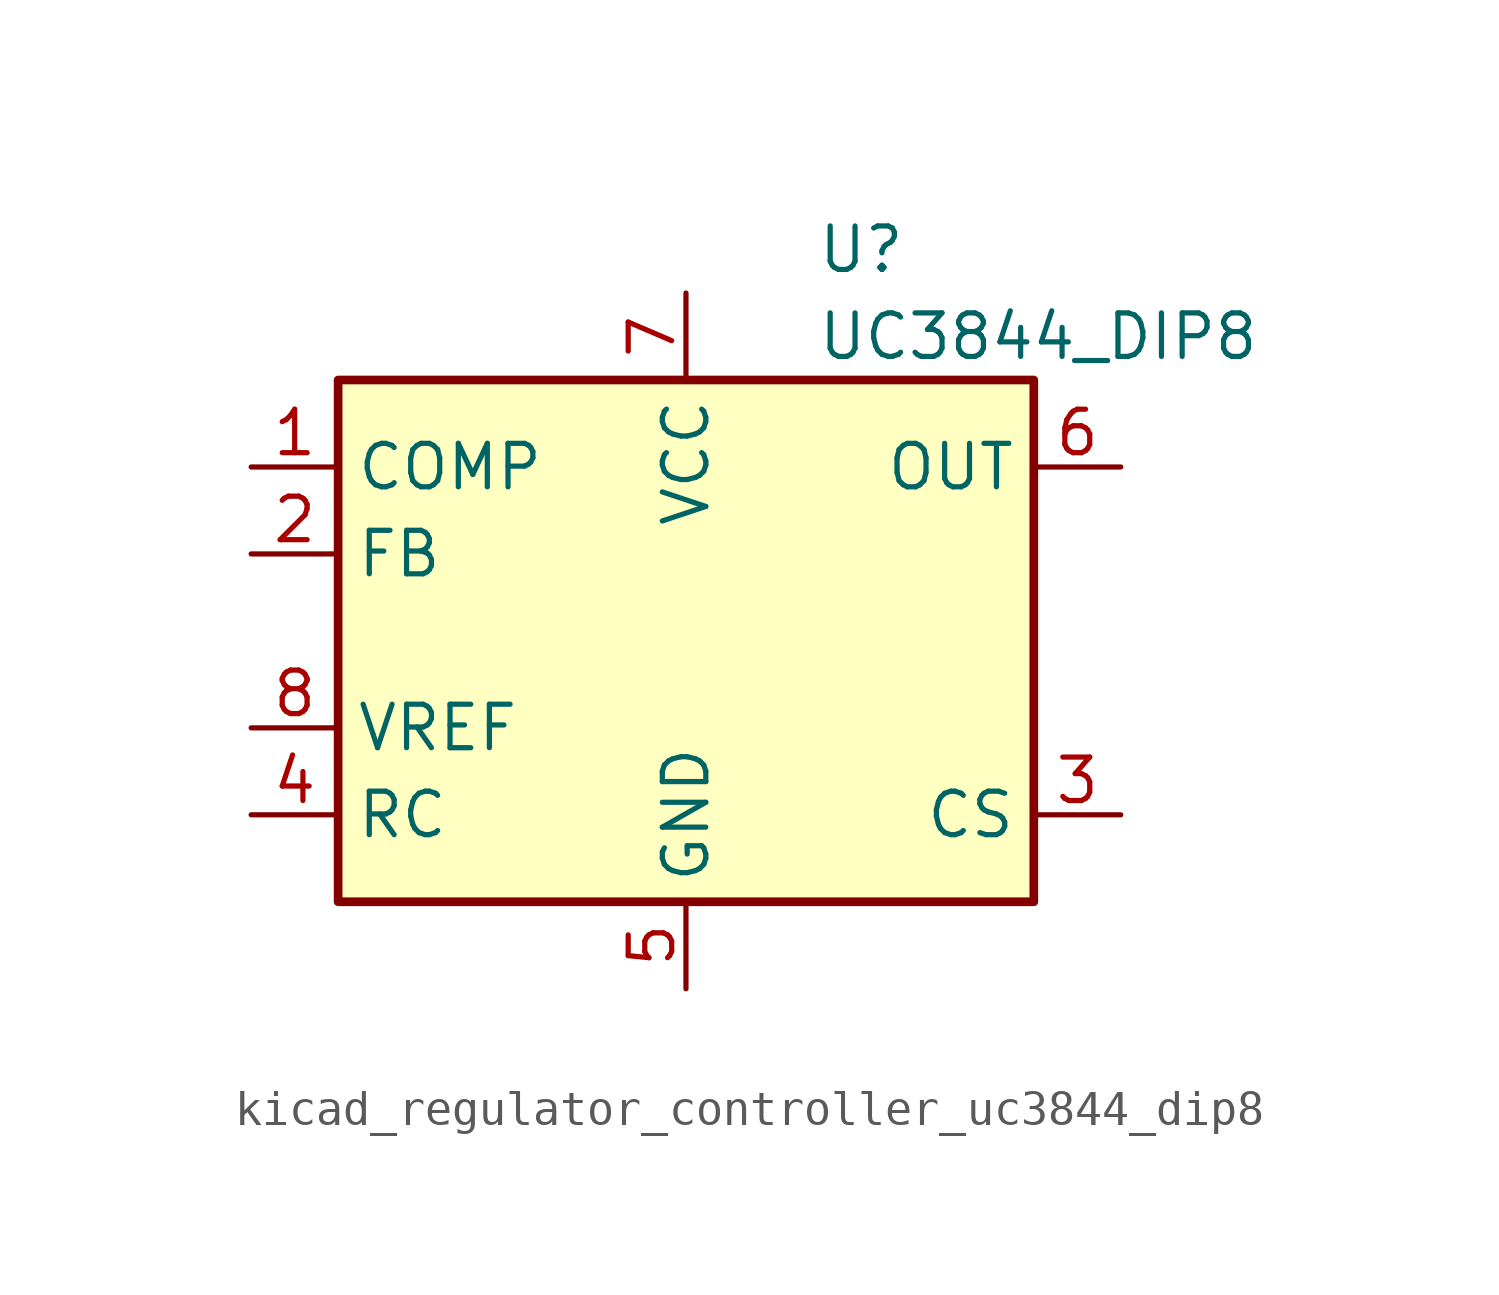
<source format=kicad_sym>
(kicad_symbol_lib
  (version 20220914)
  (generator kicad_symbol_editor)
  (symbol "kicad_regulator_controller_uc3844_dip8"
    (property "Reference" "U"
      (at 3.81 11.43 0)
      (effects (font (size 1.27 1.27)) (justify left)))
    (property "Value" "UC3844_DIP8"
      (at 3.81 8.89 0)
      (effects (font (size 1.27 1.27)) (justify left)))
    (symbol "kicad_regulator_controller_uc3844_dip8_0_1"
      (rectangle (start -10.16 -7.62) (end 10.16 7.62) (stroke (width 0.254) (type default)) (fill (type background))))
    (symbol "kicad_regulator_controller_uc3844_dip8_1_1"
      (pin passive line (at -12.7 5.08 0) (length 2.54) (name "COMP" (effects (font (size 1.27 1.27)))) (number "1" (effects (font (size 1.27 1.27)))))
      (pin input line (at -12.7 2.54 0) (length 2.54) (name "FB" (effects (font (size 1.27 1.27)))) (number "2" (effects (font (size 1.27 1.27)))))
      (pin input line (at 12.7 -5.08 180) (length 2.54) (name "CS" (effects (font (size 1.27 1.27)))) (number "3" (effects (font (size 1.27 1.27)))))
      (pin passive line (at -12.7 -5.08 0) (length 2.54) (name "RC" (effects (font (size 1.27 1.27)))) (number "4" (effects (font (size 1.27 1.27)))))
      (pin power_in line (at 0 -10.16 90) (length 2.54) (name "GND" (effects (font (size 1.27 1.27)))) (number "5" (effects (font (size 1.27 1.27)))))
      (pin output line (at 12.7 5.08 180) (length 2.54) (name "OUT" (effects (font (size 1.27 1.27)))) (number "6" (effects (font (size 1.27 1.27)))))
      (pin power_in line (at 0 10.16 270) (length 2.54) (name "VCC" (effects (font (size 1.27 1.27)))) (number "7" (effects (font (size 1.27 1.27)))))
      (pin power_out line (at -12.7 -2.54 0) (length 2.54) (name "VREF" (effects (font (size 1.27 1.27)))) (number "8" (effects (font (size 1.27 1.27))))))))
</source>
